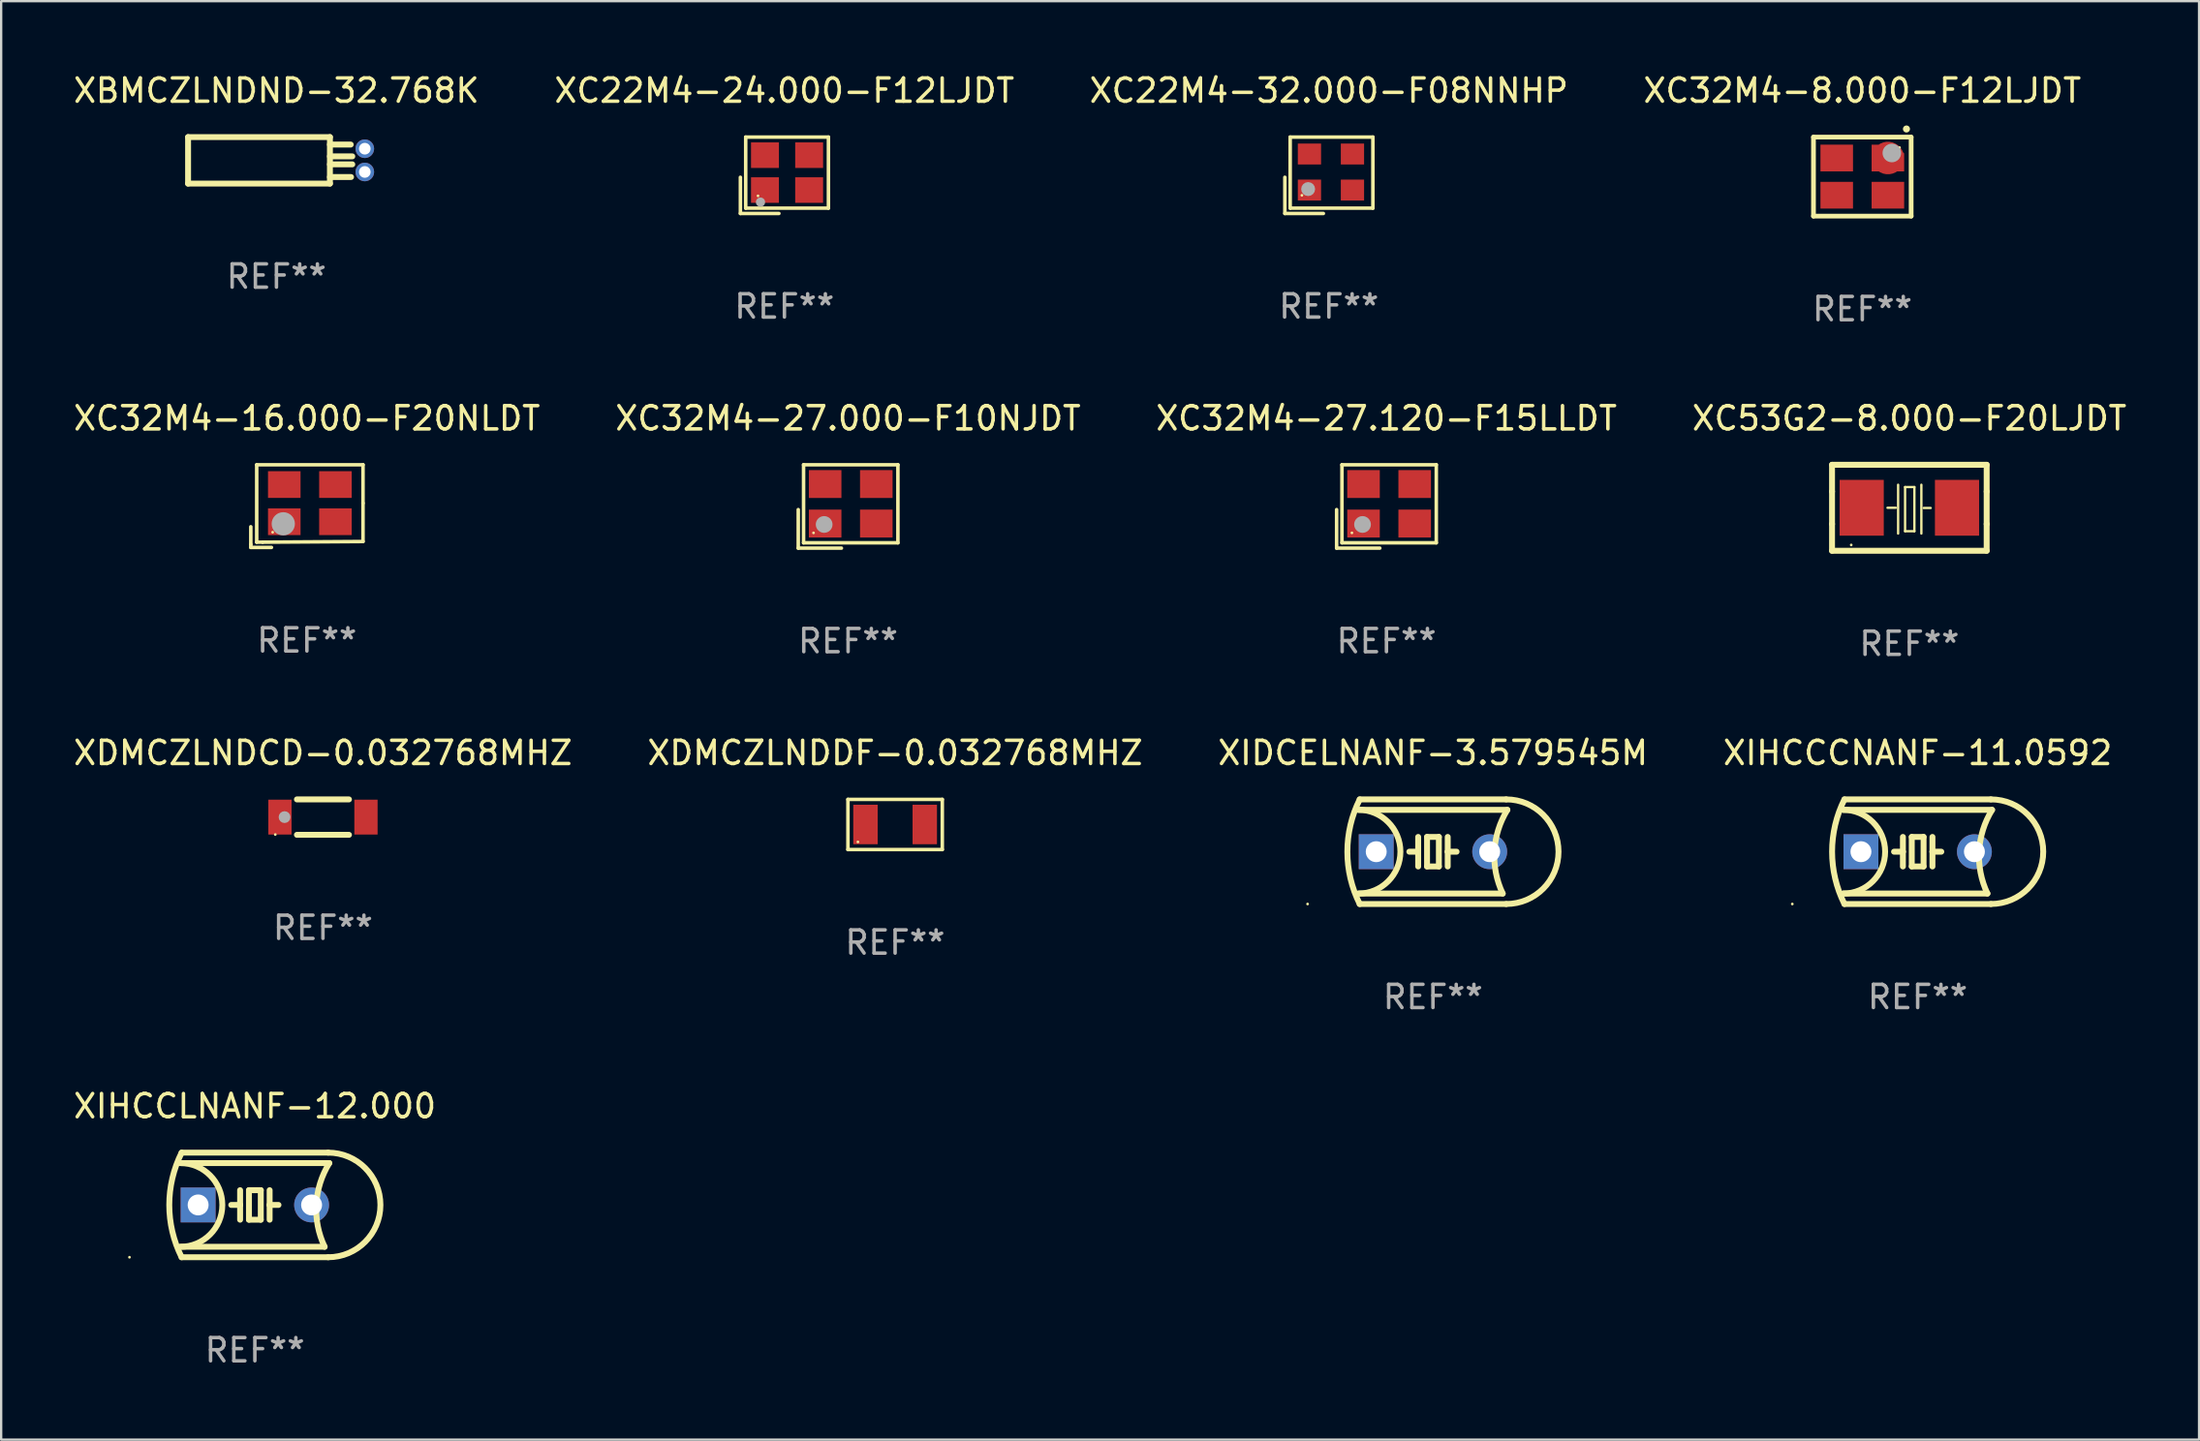
<source format=kicad_pcb>
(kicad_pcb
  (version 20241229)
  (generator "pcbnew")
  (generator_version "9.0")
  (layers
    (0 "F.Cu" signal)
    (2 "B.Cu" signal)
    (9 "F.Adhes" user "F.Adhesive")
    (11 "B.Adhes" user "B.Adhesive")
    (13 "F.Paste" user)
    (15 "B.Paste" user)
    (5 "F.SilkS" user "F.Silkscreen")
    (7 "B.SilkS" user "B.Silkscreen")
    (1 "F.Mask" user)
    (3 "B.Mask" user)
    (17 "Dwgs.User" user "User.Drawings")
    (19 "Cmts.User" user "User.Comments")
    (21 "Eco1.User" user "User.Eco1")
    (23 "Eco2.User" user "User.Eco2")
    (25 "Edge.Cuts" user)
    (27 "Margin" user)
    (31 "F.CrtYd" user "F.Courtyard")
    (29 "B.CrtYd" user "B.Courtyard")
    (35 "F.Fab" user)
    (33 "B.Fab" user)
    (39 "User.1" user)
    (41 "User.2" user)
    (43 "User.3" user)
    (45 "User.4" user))
  (footprint "XIHCCLNANF-12.000"
    (layer "F.Cu")
    (at 7.911 48.788)
    (property "Reference" "XIHCCLNANF-12.000" (at 0 -4.25 0) (layer "F.SilkS") (effects (font (size 1 1) (thickness 0.15))))
    (attr through_hole)
    (fp_line (start -3.2 -1.8) (end 3.2 -1.8) (stroke (width 0.254) (type solid)) (layer "F.SilkS"))
    (fp_line (start -3.15 2.25) (end 3.15 2.25) (stroke (width 0.254) (type solid)) (layer "F.SilkS"))
    (fp_line (start -0.635 -0.635) (end -0.635 0) (stroke (width 0.254) (type solid)) (layer "F.SilkS"))
    (fp_line (start -0.635 0) (end -1.016 0) (stroke (width 0.254) (type solid)) (layer "F.SilkS"))
    (fp_line (start -0.635 0) (end -0.635 0.635) (stroke (width 0.254) (type solid)) (layer "F.SilkS"))
    (fp_line (start -0.254 -0.635) (end -0.254 0.635) (stroke (width 0.254) (type solid)) (layer "F.SilkS"))
    (fp_line (start -0.254 0.635) (end 0.254 0.635) (stroke (width 0.254) (type solid)) (layer "F.SilkS"))
    (fp_line (start 0.254 -0.635) (end -0.254 -0.635) (stroke (width 0.254) (type solid)) (layer "F.SilkS"))
    (fp_line (start 0.254 0.635) (end 0.254 -0.635) (stroke (width 0.254) (type solid)) (layer "F.SilkS"))
    (fp_line (start 0.635 -0.635) (end 0.635 0) (stroke (width 0.254) (type solid)) (layer "F.SilkS"))
    (fp_line (start 0.635 0) (end 0.635 0.635) (stroke (width 0.254) (type solid)) (layer "F.SilkS"))
    (fp_line (start 0.635 0) (end 1.016 0) (stroke (width 0.254) (type solid)) (layer "F.SilkS"))
    (fp_line (start 3 1.8) (end -3.2 1.8) (stroke (width 0.254) (type solid)) (layer "F.SilkS"))
    (fp_line (start 3.15 -2.25) (end -3.15 -2.25) (stroke (width 0.254) (type solid)) (layer "F.SilkS"))
    (fp_arc (start -3.200406 -1.800864) (mid -1.399974 -0.000635) (end -3.2 1.8) (stroke (width 0.254001) (type solid)) (layer "F.SilkS"))
    (fp_arc (start -3.149606 2.250444) (mid -3.680941 0.000261) (end -3.149987 -2.250013) (stroke (width 0.254001) (type solid)) (layer "F.SilkS"))
    (fp_arc (start 2.999746 1.800863) (mid 2.642982 -0.024977) (end 3.2 -1.8) (stroke (width 0.254001) (type solid)) (layer "F.SilkS"))
    (fp_arc (start 3.149607 -2.250445) (mid 5.399848 -0.000406) (end 3.149987 2.250013) (stroke (width 0.254001) (type solid)) (layer "F.SilkS"))
    (fp_circle (center -5.392 2.25) (end -5.362 2.25) (stroke (width 0.06) (type solid)) (fill no) (layer "F.SilkS"))
    (fp_text user "REF**" (at 0 6.25 0) (layer "F.Fab") (effects (font (size 1 1) (thickness 0.15))))
    (pad "1" thru_hole rect (at -2.44 0) (size 1.5 1.5) (drill 0.9) (layers "*.Cu" "*.Mask"))
    (pad "2" thru_hole circle (at 2.44 0) (size 1.5 1.5) (drill 0.9) (layers "*.Cu" "*.Mask")))
  (footprint "XIDCELNANF-3.579545M"
    (layer "F.Cu")
    (at 58.577 33.591)
    (property "Reference" "XIDCELNANF-3.579545M" (at 0 -4.25 0) (layer "F.SilkS") (effects (font (size 1 1) (thickness 0.15))))
    (attr through_hole)
    (fp_line (start -3.2 -1.8) (end 3.2 -1.8) (stroke (width 0.254) (type solid)) (layer "F.SilkS"))
    (fp_line (start -3.15 2.25) (end 3.15 2.25) (stroke (width 0.254) (type solid)) (layer "F.SilkS"))
    (fp_line (start -0.635 -0.635) (end -0.635 0) (stroke (width 0.254) (type solid)) (layer "F.SilkS"))
    (fp_line (start -0.635 0) (end -1.016 0) (stroke (width 0.254) (type solid)) (layer "F.SilkS"))
    (fp_line (start -0.635 0) (end -0.635 0.635) (stroke (width 0.254) (type solid)) (layer "F.SilkS"))
    (fp_line (start -0.254 -0.635) (end -0.254 0.635) (stroke (width 0.254) (type solid)) (layer "F.SilkS"))
    (fp_line (start -0.254 0.635) (end 0.254 0.635) (stroke (width 0.254) (type solid)) (layer "F.SilkS"))
    (fp_line (start 0.254 -0.635) (end -0.254 -0.635) (stroke (width 0.254) (type solid)) (layer "F.SilkS"))
    (fp_line (start 0.254 0.635) (end 0.254 -0.635) (stroke (width 0.254) (type solid)) (layer "F.SilkS"))
    (fp_line (start 0.635 -0.635) (end 0.635 0) (stroke (width 0.254) (type solid)) (layer "F.SilkS"))
    (fp_line (start 0.635 0) (end 0.635 0.635) (stroke (width 0.254) (type solid)) (layer "F.SilkS"))
    (fp_line (start 0.635 0) (end 1.016 0) (stroke (width 0.254) (type solid)) (layer "F.SilkS"))
    (fp_line (start 3 1.8) (end -3.2 1.8) (stroke (width 0.254) (type solid)) (layer "F.SilkS"))
    (fp_line (start 3.15 -2.25) (end -3.15 -2.25) (stroke (width 0.254) (type solid)) (layer "F.SilkS"))
    (fp_arc (start -3.200406 -1.800864) (mid -1.399974 -0.000635) (end -3.2 1.8) (stroke (width 0.254001) (type solid)) (layer "F.SilkS"))
    (fp_arc (start -3.149606 2.250444) (mid -3.680941 0.000261) (end -3.149987 -2.250013) (stroke (width 0.254001) (type solid)) (layer "F.SilkS"))
    (fp_arc (start 2.999746 1.800863) (mid 2.642982 -0.024977) (end 3.2 -1.8) (stroke (width 0.254001) (type solid)) (layer "F.SilkS"))
    (fp_arc (start 3.149607 -2.250445) (mid 5.399848 -0.000406) (end 3.149987 2.250013) (stroke (width 0.254001) (type solid)) (layer "F.SilkS"))
    (fp_circle (center -5.392 2.25) (end -5.362 2.25) (stroke (width 0.06) (type solid)) (fill no) (layer "F.SilkS"))
    (fp_text user "REF**" (at 0 6.25 0) (layer "F.Fab") (effects (font (size 1 1) (thickness 0.15))))
    (pad "1" thru_hole rect (at -2.44 0) (size 1.5 1.5) (drill 0.9) (layers "*.Cu" "*.Mask"))
    (pad "2" thru_hole circle (at 2.44 0) (size 1.5 1.5) (drill 0.9) (layers "*.Cu" "*.Mask")))
  (footprint "XC53G2-8.000-F20LJDT"
    (layer "F.Cu")
    (at 79.065 18.795)
    (property "Reference" "XC53G2-8.000-F20LJDT" (at 0 -3.85 0) (layer "F.SilkS") (effects (font (size 1 1) (thickness 0.15))))
    (attr through_hole)
    (fp_line (start -3.325 0.7) (end -3.325 -0.7) (stroke (width 0.254) (type solid)) (layer "F.SilkS"))
    (fp_line (start -3.325 -1.85) (end 3.325 -1.85) (stroke (width 0.254) (type solid)) (layer "F.SilkS"))
    (fp_line (start -3.325 -0.7) (end -3.325 -1.85) (stroke (width 0.254) (type solid)) (layer "F.SilkS"))
    (fp_line (start -3.325 1.85) (end -3.325 0.7) (stroke (width 0.254) (type solid)) (layer "F.SilkS"))
    (fp_line (start -0.94 -0.000127) (end -0.584 -0.000127) (stroke (width 0.1) (type solid)) (layer "F.SilkS"))
    (fp_line (start -0.483 -0.991) (end -0.483 1.109) (stroke (width 0.1) (type solid)) (layer "F.SilkS"))
    (fp_line (start -0.183 -0.891) (end -0.183 1.009) (stroke (width 0.1) (type solid)) (layer "F.SilkS"))
    (fp_line (start -0.183 1.009) (end 0.217 1.009) (stroke (width 0.1) (type solid)) (layer "F.SilkS"))
    (fp_line (start 0.217 -0.891) (end -0.183 -0.891) (stroke (width 0.1) (type solid)) (layer "F.SilkS"))
    (fp_line (start 0.217 1.009) (end 0.217 -0.891) (stroke (width 0.1) (type solid)) (layer "F.SilkS"))
    (fp_line (start 0.517 -0.991) (end 0.517 1.109) (stroke (width 0.1) (type solid)) (layer "F.SilkS"))
    (fp_line (start 0.617 0.009) (end 0.917 0.009) (stroke (width 0.1) (type solid)) (layer "F.SilkS"))
    (fp_line (start 3.325 -1.85) (end 3.325 -0.7) (stroke (width 0.254) (type solid)) (layer "F.SilkS"))
    (fp_line (start 3.325 0.7) (end 3.325 1.85) (stroke (width 0.254) (type solid)) (layer "F.SilkS"))
    (fp_line (start 3.325 1.85) (end -3.325 1.85) (stroke (width 0.254) (type solid)) (layer "F.SilkS"))
    (fp_line (start 3.325 -0.7) (end 3.325 0.7) (stroke (width 0.254) (type solid)) (layer "F.SilkS"))
    (fp_circle (center -2.5 1.6) (end -2.47 1.6) (stroke (width 0.06) (type solid)) (fill no) (layer "F.SilkS"))
    (fp_text user "REF**" (at 0 5.85 0) (layer "F.Fab") (effects (font (size 1 1) (thickness 0.15))))
    (pad "1" smd rect (at -2.05 -0.000203) (size 1.9 2.4) (layers "F.Cu" "F.Mask" "F.Paste"))
    (pad "2" smd rect (at 2.05 -0.000203) (size 1.9 2.4) (layers "F.Cu" "F.Mask" "F.Paste")))
  (footprint "XC22M4-24.000-F12LJDT"
    (layer "F.Cu")
    (at 30.685 4.491)
    (property "Reference" "XC22M4-24.000-F12LJDT" (at 0 -3.643 0) (layer "F.SilkS") (effects (font (size 1 1) (thickness 0.15))))
    (attr through_hole)
    (fp_line (start -1.893 0.086) (end -1.893 1.643) (stroke (width 0.152) (type solid)) (layer "F.SilkS"))
    (fp_line (start -1.893 1.643) (end -0.237 1.643) (stroke (width 0.152) (type solid)) (layer "F.SilkS"))
    (fp_line (start -1.665 -1.643) (end 1.893 -1.643) (stroke (width 0.152) (type solid)) (layer "F.SilkS"))
    (fp_line (start -1.665 1.414) (end -1.665 -1.643) (stroke (width 0.152) (type solid)) (layer "F.SilkS"))
    (fp_line (start 1.893 -1.643) (end 1.893 1.414) (stroke (width 0.152) (type solid)) (layer "F.SilkS"))
    (fp_line (start 1.893 1.414) (end -1.665 1.414) (stroke (width 0.152) (type solid)) (layer "F.SilkS"))
    (fp_circle (center -1.136 0.885) (end -1.106 0.885) (stroke (width 0.06) (type solid)) (fill no) (layer "F.SilkS"))
    (fp_circle (center -1.029 1.155) (end -0.929 1.155) (stroke (width 0.2) (type solid)) (fill no) (layer "F.Fab"))
    (fp_text user "REF**" (at 0 5.643 0) (layer "F.Fab") (effects (font (size 1 1) (thickness 0.15))))
    (pad "1" smd rect (at -0.836 0.636) (size 1.2 1.1) (layers "F.Cu" "F.Mask" "F.Paste"))
    (pad "2" smd rect (at 1.064 0.636) (size 1.2 1.1) (layers "F.Cu" "F.Mask" "F.Paste"))
    (pad "3" smd rect (at 1.064 -0.865) (size 1.2 1.1) (layers "F.Cu" "F.Mask" "F.Paste"))
    (pad "4" smd rect (at -0.836 -0.865) (size 1.2 1.1) (layers "F.Cu" "F.Mask" "F.Paste")))
  (footprint "XDMCZLNDCD-0.032768MHZ"
    (layer "F.Cu")
    (at 10.839 32.103)
    (property "Reference" "XDMCZLNDCD-0.032768MHZ" (at 0 -2.762 0) (layer "F.SilkS") (effects (font (size 1 1) (thickness 0.15))))
    (attr through_hole)
    (fp_line (start -1.119 0.762) (end 1.119 0.762) (stroke (width 0.254) (type solid)) (layer "F.SilkS"))
    (fp_line (start -1.119 -0.762) (end 1.119 -0.762) (stroke (width 0.254) (type solid)) (layer "F.SilkS"))
    (fp_circle (center -2.05 0.75) (end -2.02 0.75) (stroke (width 0.06) (type solid)) (fill no) (layer "F.SilkS"))
    (fp_circle (center -1.651 -0.000025) (end -1.524 -0.000025) (stroke (width 0.254) (type solid)) (fill no) (layer "F.Fab"))
    (fp_text user "REF**" (at 0 4.762 0) (layer "F.Fab") (effects (font (size 1 1) (thickness 0.15))))
    (pad "1" smd rect (at -1.85 -0.000025) (size 1 1.5) (layers "F.Cu" "F.Mask" "F.Paste"))
    (pad "2" smd rect (at 1.85 -0.000025) (size 1 1.5) (layers "F.Cu" "F.Mask" "F.Paste")))
  (footprint "XBMCZLNDND-32.768K"
    (layer "F.Cu")
    (at 8.839 3.848)
    (property "Reference" "XBMCZLNDND-32.768K" (at 0 -3 0) (layer "F.SilkS") (effects (font (size 1 1) (thickness 0.15))))
    (attr through_hole)
    (fp_line (start -3.8 1) (end -3.8 -1) (stroke (width 0.254) (type solid)) (layer "F.SilkS"))
    (fp_line (start 2.3 -1) (end -3.8 -1) (stroke (width 0.254) (type solid)) (layer "F.SilkS"))
    (fp_line (start 2.3 -1) (end 2.3 1) (stroke (width 0.254) (type solid)) (layer "F.SilkS"))
    (fp_line (start 2.3 -0.679) (end 3.195 -0.679) (stroke (width 0.254) (type solid)) (layer "F.SilkS"))
    (fp_line (start 2.3 -0.171) (end 3.262 -0.171) (stroke (width 0.254) (type solid)) (layer "F.SilkS"))
    (fp_line (start 2.3 0.172) (end 3.261 0.172) (stroke (width 0.254) (type solid)) (layer "F.SilkS"))
    (fp_line (start 2.3 0.718) (end 3.208 0.718) (stroke (width 0.254) (type solid)) (layer "F.SilkS"))
    (fp_line (start 2.3 1) (end -3.8 1) (stroke (width 0.254) (type solid)) (layer "F.SilkS"))
    (fp_circle (center -3.8 -1) (end -3.77 -1) (stroke (width 0.06) (type solid)) (fill no) (layer "F.SilkS"))
    (fp_text user "REF**" (at 0 5 0) (layer "F.Fab") (effects (font (size 1 1) (thickness 0.15))))
    (pad "1" thru_hole circle (at 3.8 -0.5) (size 0.8 0.8) (drill 0.5) (layers "*.Cu" "*.Mask"))
    (pad "2" thru_hole circle (at 3.8 0.5) (size 0.8 0.8) (drill 0.5) (layers "*.Cu" "*.Mask")))
  (footprint "XIHCCCNANF-11.0592"
    (layer "F.Cu")
    (at 79.423 33.591)
    (property "Reference" "XIHCCCNANF-11.0592" (at 0 -4.25 0) (layer "F.SilkS") (effects (font (size 1 1) (thickness 0.15))))
    (attr through_hole)
    (fp_line (start -3.2 -1.8) (end 3.2 -1.8) (stroke (width 0.254) (type solid)) (layer "F.SilkS"))
    (fp_line (start -3.15 2.25) (end 3.15 2.25) (stroke (width 0.254) (type solid)) (layer "F.SilkS"))
    (fp_line (start -0.635 -0.635) (end -0.635 0) (stroke (width 0.254) (type solid)) (layer "F.SilkS"))
    (fp_line (start -0.635 0) (end -1.016 0) (stroke (width 0.254) (type solid)) (layer "F.SilkS"))
    (fp_line (start -0.635 0) (end -0.635 0.635) (stroke (width 0.254) (type solid)) (layer "F.SilkS"))
    (fp_line (start -0.254 -0.635) (end -0.254 0.635) (stroke (width 0.254) (type solid)) (layer "F.SilkS"))
    (fp_line (start -0.254 0.635) (end 0.254 0.635) (stroke (width 0.254) (type solid)) (layer "F.SilkS"))
    (fp_line (start 0.254 -0.635) (end -0.254 -0.635) (stroke (width 0.254) (type solid)) (layer "F.SilkS"))
    (fp_line (start 0.254 0.635) (end 0.254 -0.635) (stroke (width 0.254) (type solid)) (layer "F.SilkS"))
    (fp_line (start 0.635 -0.635) (end 0.635 0) (stroke (width 0.254) (type solid)) (layer "F.SilkS"))
    (fp_line (start 0.635 0) (end 0.635 0.635) (stroke (width 0.254) (type solid)) (layer "F.SilkS"))
    (fp_line (start 0.635 0) (end 1.016 0) (stroke (width 0.254) (type solid)) (layer "F.SilkS"))
    (fp_line (start 3 1.8) (end -3.2 1.8) (stroke (width 0.254) (type solid)) (layer "F.SilkS"))
    (fp_line (start 3.15 -2.25) (end -3.15 -2.25) (stroke (width 0.254) (type solid)) (layer "F.SilkS"))
    (fp_arc (start -3.200406 -1.800864) (mid -1.399974 -0.000635) (end -3.2 1.8) (stroke (width 0.254001) (type solid)) (layer "F.SilkS"))
    (fp_arc (start -3.149606 2.250444) (mid -3.680941 0.000261) (end -3.149987 -2.250013) (stroke (width 0.254001) (type solid)) (layer "F.SilkS"))
    (fp_arc (start 2.999746 1.800863) (mid 2.642982 -0.024977) (end 3.2 -1.8) (stroke (width 0.254001) (type solid)) (layer "F.SilkS"))
    (fp_arc (start 3.149607 -2.250445) (mid 5.399848 -0.000406) (end 3.149987 2.250013) (stroke (width 0.254001) (type solid)) (layer "F.SilkS"))
    (fp_circle (center -5.392 2.25) (end -5.362 2.25) (stroke (width 0.06) (type solid)) (fill no) (layer "F.SilkS"))
    (fp_text user "REF**" (at 0 6.25 0) (layer "F.Fab") (effects (font (size 1 1) (thickness 0.15))))
    (pad "1" thru_hole rect (at -2.44 0) (size 1.5 1.5) (drill 0.9) (layers "*.Cu" "*.Mask"))
    (pad "2" thru_hole circle (at 2.44 0) (size 1.5 1.5) (drill 0.9) (layers "*.Cu" "*.Mask")))
  (footprint "XC32M4-16.000-F20NLDT"
    (layer "F.Cu")
    (at 10.149 18.723)
    (property "Reference" "XC32M4-16.000-F20NLDT" (at 0 -3.778 0) (layer "F.SilkS") (effects (font (size 1 1) (thickness 0.15))))
    (attr through_hole)
    (fp_line (start -2.413 0.889) (end -2.413 1.651) (stroke (width 0.152) (type solid)) (layer "F.SilkS"))
    (fp_line (start -2.413 1.651) (end -2.413 1.778) (stroke (width 0.152) (type solid)) (layer "F.SilkS"))
    (fp_line (start -2.413 1.778) (end -1.524 1.778) (stroke (width 0.152) (type solid)) (layer "F.SilkS"))
    (fp_line (start -2.159 -1.778) (end 2.413 -1.778) (stroke (width 0.152) (type solid)) (layer "F.SilkS"))
    (fp_line (start -2.159 1.552) (end -2.159 -1.778) (stroke (width 0.152) (type solid)) (layer "F.SilkS"))
    (fp_line (start -1.902 1.552) (end -2.159 1.552) (stroke (width 0.152) (type solid)) (layer "F.SilkS"))
    (fp_line (start 2.413 -1.778) (end 2.413 -0.127) (stroke (width 0.152) (type solid)) (layer "F.SilkS"))
    (fp_line (start 2.413 -0.127) (end 2.413 1.524) (stroke (width 0.152) (type solid)) (layer "F.SilkS"))
    (fp_line (start 2.413 1.524) (end -1.902 1.552) (stroke (width 0.152) (type solid)) (layer "F.SilkS"))
    (fp_circle (center -1.473 1.123) (end -1.443 1.123) (stroke (width 0.06) (type solid)) (fill no) (layer "F.SilkS"))
    (fp_circle (center -1.016 0.762) (end -0.766 0.762) (stroke (width 0.5) (type solid)) (fill no) (layer "F.Fab"))
    (fp_text user "REF**" (at 0 5.778 0) (layer "F.Fab") (effects (font (size 1 1) (thickness 0.15))))
    (pad "1" smd rect (at -0.973 0.673) (size 1.4 1.15) (layers "F.Cu" "F.Mask" "F.Paste"))
    (pad "2" smd rect (at 1.227 0.673) (size 1.4 1.15) (layers "F.Cu" "F.Mask" "F.Paste"))
    (pad "3" smd rect (at 1.227 -0.927) (size 1.4 1.15) (layers "F.Cu" "F.Mask" "F.Paste"))
    (pad "4" smd rect (at -0.973 -0.927) (size 1.4 1.15) (layers "F.Cu" "F.Mask" "F.Paste")))
  (footprint "XC32M4-8.000-F12LJDT"
    (layer "F.Cu")
    (at 77.042 4.548)
    (property "Reference" "XC32M4-8.000-F12LJDT" (at 0 -3.7 0) (layer "F.SilkS") (effects (font (size 1 1) (thickness 0.15))))
    (attr through_hole)
    (fp_line (start -2.1 -1.7) (end -2.1 1.7) (stroke (width 0.203) (type solid)) (layer "F.SilkS"))
    (fp_line (start -2.1 1.7) (end 2.1 1.7) (stroke (width 0.203) (type solid)) (layer "F.SilkS"))
    (fp_line (start 2.1 -1.7) (end -2.1 -1.7) (stroke (width 0.203) (type solid)) (layer "F.SilkS"))
    (fp_line (start 2.1 1.7) (end 2.1 -1.7) (stroke (width 0.203) (type solid)) (layer "F.SilkS"))
    (fp_arc (start 1.897384 -2.049784) (mid 1.898654 -2.049789) (end 1.899924 -2.049784) (stroke (width 0.3) (type solid)) (layer "F.SilkS"))
    (fp_circle (center 1.6 -1.25) (end 1.63 -1.25) (stroke (width 0.06) (type solid)) (fill no) (layer "F.SilkS"))
    (fp_circle (center 1.27 -1.016) (end 1.47 -1.016) (stroke (width 0.4) (type solid)) (fill no) (layer "F.Fab"))
    (fp_text user "REF**" (at 0 5.7 0) (layer "F.Fab") (effects (font (size 1 1) (thickness 0.15))))
    (pad "1" smd custom (at 1.1 -0.8 180) (size 1.4 1.15) (layers "F.Cu" "F.Mask" "F.Paste") (options (anchor circle)) (primitives (gr_poly (pts (xy 0.7 0.575) (xy -0.338 0.575) (xy -0.7 0.196) (xy -0.7 -0.575) (xy 0.7 -0.575)) (width 0) (fill yes))))
    (pad "2" smd rect (at -1.1 -0.8 180) (size 1.4 1.15) (layers "F.Cu" "F.Mask" "F.Paste"))
    (pad "3" smd rect (at -1.1 0.8 180) (size 1.4 1.15) (layers "F.Cu" "F.Mask" "F.Paste"))
    (pad "4" smd rect (at 1.1 0.8 180) (size 1.4 1.15) (layers "F.Cu" "F.Mask" "F.Paste")))
  (footprint "XC22M4-32.000-F08NNHP"
    (layer "F.Cu")
    (at 54.101 4.491)
    (property "Reference" "XC22M4-32.000-F08NNHP" (at 0 -3.643 0) (layer "F.SilkS") (effects (font (size 1 1) (thickness 0.15))))
    (attr through_hole)
    (fp_line (start -1.893 0.086) (end -1.893 1.643) (stroke (width 0.152) (type solid)) (layer "F.SilkS"))
    (fp_line (start -1.893 1.643) (end -0.237 1.643) (stroke (width 0.152) (type solid)) (layer "F.SilkS"))
    (fp_line (start -1.665 -1.643) (end 1.893 -1.643) (stroke (width 0.152) (type solid)) (layer "F.SilkS"))
    (fp_line (start -1.665 1.414) (end -1.665 -1.643) (stroke (width 0.152) (type solid)) (layer "F.SilkS"))
    (fp_line (start 1.893 -1.643) (end 1.893 1.414) (stroke (width 0.152) (type solid)) (layer "F.SilkS"))
    (fp_line (start 1.893 1.414) (end -1.665 1.414) (stroke (width 0.152) (type solid)) (layer "F.SilkS"))
    (fp_circle (center -1.161 0.861) (end -1.131 0.861) (stroke (width 0.06) (type solid)) (fill no) (layer "F.SilkS"))
    (fp_circle (center -0.892 0.593) (end -0.742 0.593) (stroke (width 0.3) (type solid)) (fill no) (layer "F.Fab"))
    (fp_text user "REF**" (at 0 5.643 0) (layer "F.Fab") (effects (font (size 1 1) (thickness 0.15))))
    (pad "1" smd rect (at -0.836 0.636) (size 1 0.9) (layers "F.Cu" "F.Mask" "F.Paste"))
    (pad "2" smd rect (at 1.014 0.636) (size 1 0.9) (layers "F.Cu" "F.Mask" "F.Paste"))
    (pad "3" smd rect (at 1.014 -0.915) (size 1 0.9) (layers "F.Cu" "F.Mask" "F.Paste"))
    (pad "4" smd rect (at -0.836 -0.915) (size 1 0.9) (layers "F.Cu" "F.Mask" "F.Paste")))
  (footprint "XDMCZLNDDF-0.032768MHZ"
    (layer "F.Cu")
    (at 35.446 32.42)
    (property "Reference" "XDMCZLNDDF-0.032768MHZ" (at 0 -3.079 0) (layer "F.SilkS") (effects (font (size 1 1) (thickness 0.15))))
    (attr through_hole)
    (fp_line (start -2.029 -1.079) (end 2.029 -1.079) (stroke (width 0.152) (type solid)) (layer "F.SilkS"))
    (fp_line (start -2.029 1.079) (end -2.029 -1.079) (stroke (width 0.152) (type solid)) (layer "F.SilkS"))
    (fp_line (start 2.029 -1.079) (end 2.029 1.079) (stroke (width 0.152) (type solid)) (layer "F.SilkS"))
    (fp_line (start 2.029 1.079) (end -2.029 1.079) (stroke (width 0.152) (type solid)) (layer "F.SilkS"))
    (fp_circle (center -1.6 0.75) (end -1.57 0.75) (stroke (width 0.06) (type solid)) (fill no) (layer "F.SilkS"))
    (fp_text user "REF**" (at 0 5.079 0) (layer "F.Fab") (effects (font (size 1 1) (thickness 0.15))))
    (pad "1" smd rect (at -1.275 0.000127) (size 1.05 1.7) (layers "F.Cu" "F.Mask" "F.Paste"))
    (pad "2" smd rect (at 1.275 0.000127) (size 1.05 1.7) (layers "F.Cu" "F.Mask" "F.Paste")))
  (footprint "XC32M4-27.120-F15LLDT"
    (layer "F.Cu")
    (at 56.577 18.738)
    (property "Reference" "XC32M4-27.120-F15LLDT" (at 0 -3.793 0) (layer "F.SilkS") (effects (font (size 1 1) (thickness 0.15))))
    (attr through_hole)
    (fp_line (start -2.143 0.136) (end -2.143 1.793) (stroke (width 0.152) (type solid)) (layer "F.SilkS"))
    (fp_line (start -2.143 1.793) (end -0.286 1.793) (stroke (width 0.152) (type solid)) (layer "F.SilkS"))
    (fp_line (start -1.914 -1.793) (end 2.143 -1.793) (stroke (width 0.152) (type solid)) (layer "F.SilkS"))
    (fp_line (start -1.914 1.564) (end -1.914 -1.793) (stroke (width 0.152) (type solid)) (layer "F.SilkS"))
    (fp_line (start 2.143 -1.793) (end 2.143 1.564) (stroke (width 0.152) (type solid)) (layer "F.SilkS"))
    (fp_line (start 2.143 1.564) (end -1.914 1.564) (stroke (width 0.152) (type solid)) (layer "F.SilkS"))
    (fp_circle (center -1.486 1.136) (end -1.456 1.136) (stroke (width 0.06) (type solid)) (fill no) (layer "F.SilkS"))
    (fp_circle (center -1.029 0.775) (end -0.849 0.775) (stroke (width 0.36) (type solid)) (fill no) (layer "F.Fab"))
    (fp_text user "REF**" (at 0 5.793 0) (layer "F.Fab") (effects (font (size 1 1) (thickness 0.15))))
    (pad "1" smd rect (at -0.986 0.736) (size 1.4 1.2) (layers "F.Cu" "F.Mask" "F.Paste"))
    (pad "2" smd rect (at 1.214 0.736) (size 1.4 1.2) (layers "F.Cu" "F.Mask" "F.Paste"))
    (pad "3" smd rect (at 1.214 -0.964) (size 1.4 1.2) (layers "F.Cu" "F.Mask" "F.Paste"))
    (pad "4" smd rect (at -0.986 -0.964) (size 1.4 1.2) (layers "F.Cu" "F.Mask" "F.Paste")))
  (footprint "XC32M4-27.000-F10NJDT"
    (layer "F.Cu")
    (at 33.423 18.738)
    (property "Reference" "XC32M4-27.000-F10NJDT" (at 0 -3.793 0) (layer "F.SilkS") (effects (font (size 1 1) (thickness 0.15))))
    (attr through_hole)
    (fp_line (start -2.143 0.136) (end -2.143 1.793) (stroke (width 0.152) (type solid)) (layer "F.SilkS"))
    (fp_line (start -2.143 1.793) (end -0.286 1.793) (stroke (width 0.152) (type solid)) (layer "F.SilkS"))
    (fp_line (start -1.914 -1.793) (end 2.143 -1.793) (stroke (width 0.152) (type solid)) (layer "F.SilkS"))
    (fp_line (start -1.914 1.564) (end -1.914 -1.793) (stroke (width 0.152) (type solid)) (layer "F.SilkS"))
    (fp_line (start 2.143 -1.793) (end 2.143 1.564) (stroke (width 0.152) (type solid)) (layer "F.SilkS"))
    (fp_line (start 2.143 1.564) (end -1.914 1.564) (stroke (width 0.152) (type solid)) (layer "F.SilkS"))
    (fp_circle (center -1.486 1.136) (end -1.456 1.136) (stroke (width 0.06) (type solid)) (fill no) (layer "F.SilkS"))
    (fp_circle (center -1.029 0.775) (end -0.849 0.775) (stroke (width 0.36) (type solid)) (fill no) (layer "F.Fab"))
    (fp_text user "REF**" (at 0 5.793 0) (layer "F.Fab") (effects (font (size 1 1) (thickness 0.15))))
    (pad "1" smd rect (at -0.986 0.736) (size 1.4 1.2) (layers "F.Cu" "F.Mask" "F.Paste"))
    (pad "2" smd rect (at 1.214 0.736) (size 1.4 1.2) (layers "F.Cu" "F.Mask" "F.Paste"))
    (pad "3" smd rect (at 1.214 -0.964) (size 1.4 1.2) (layers "F.Cu" "F.Mask" "F.Paste"))
    (pad "4" smd rect (at -0.986 -0.964) (size 1.4 1.2) (layers "F.Cu" "F.Mask" "F.Paste")))
  (gr_rect
    (start -3 -3)
    (end 91.524 58.886)
    (stroke (width 0.1) (type default))
    (fill no)
    (layer "Edge.Cuts")))
</source>
